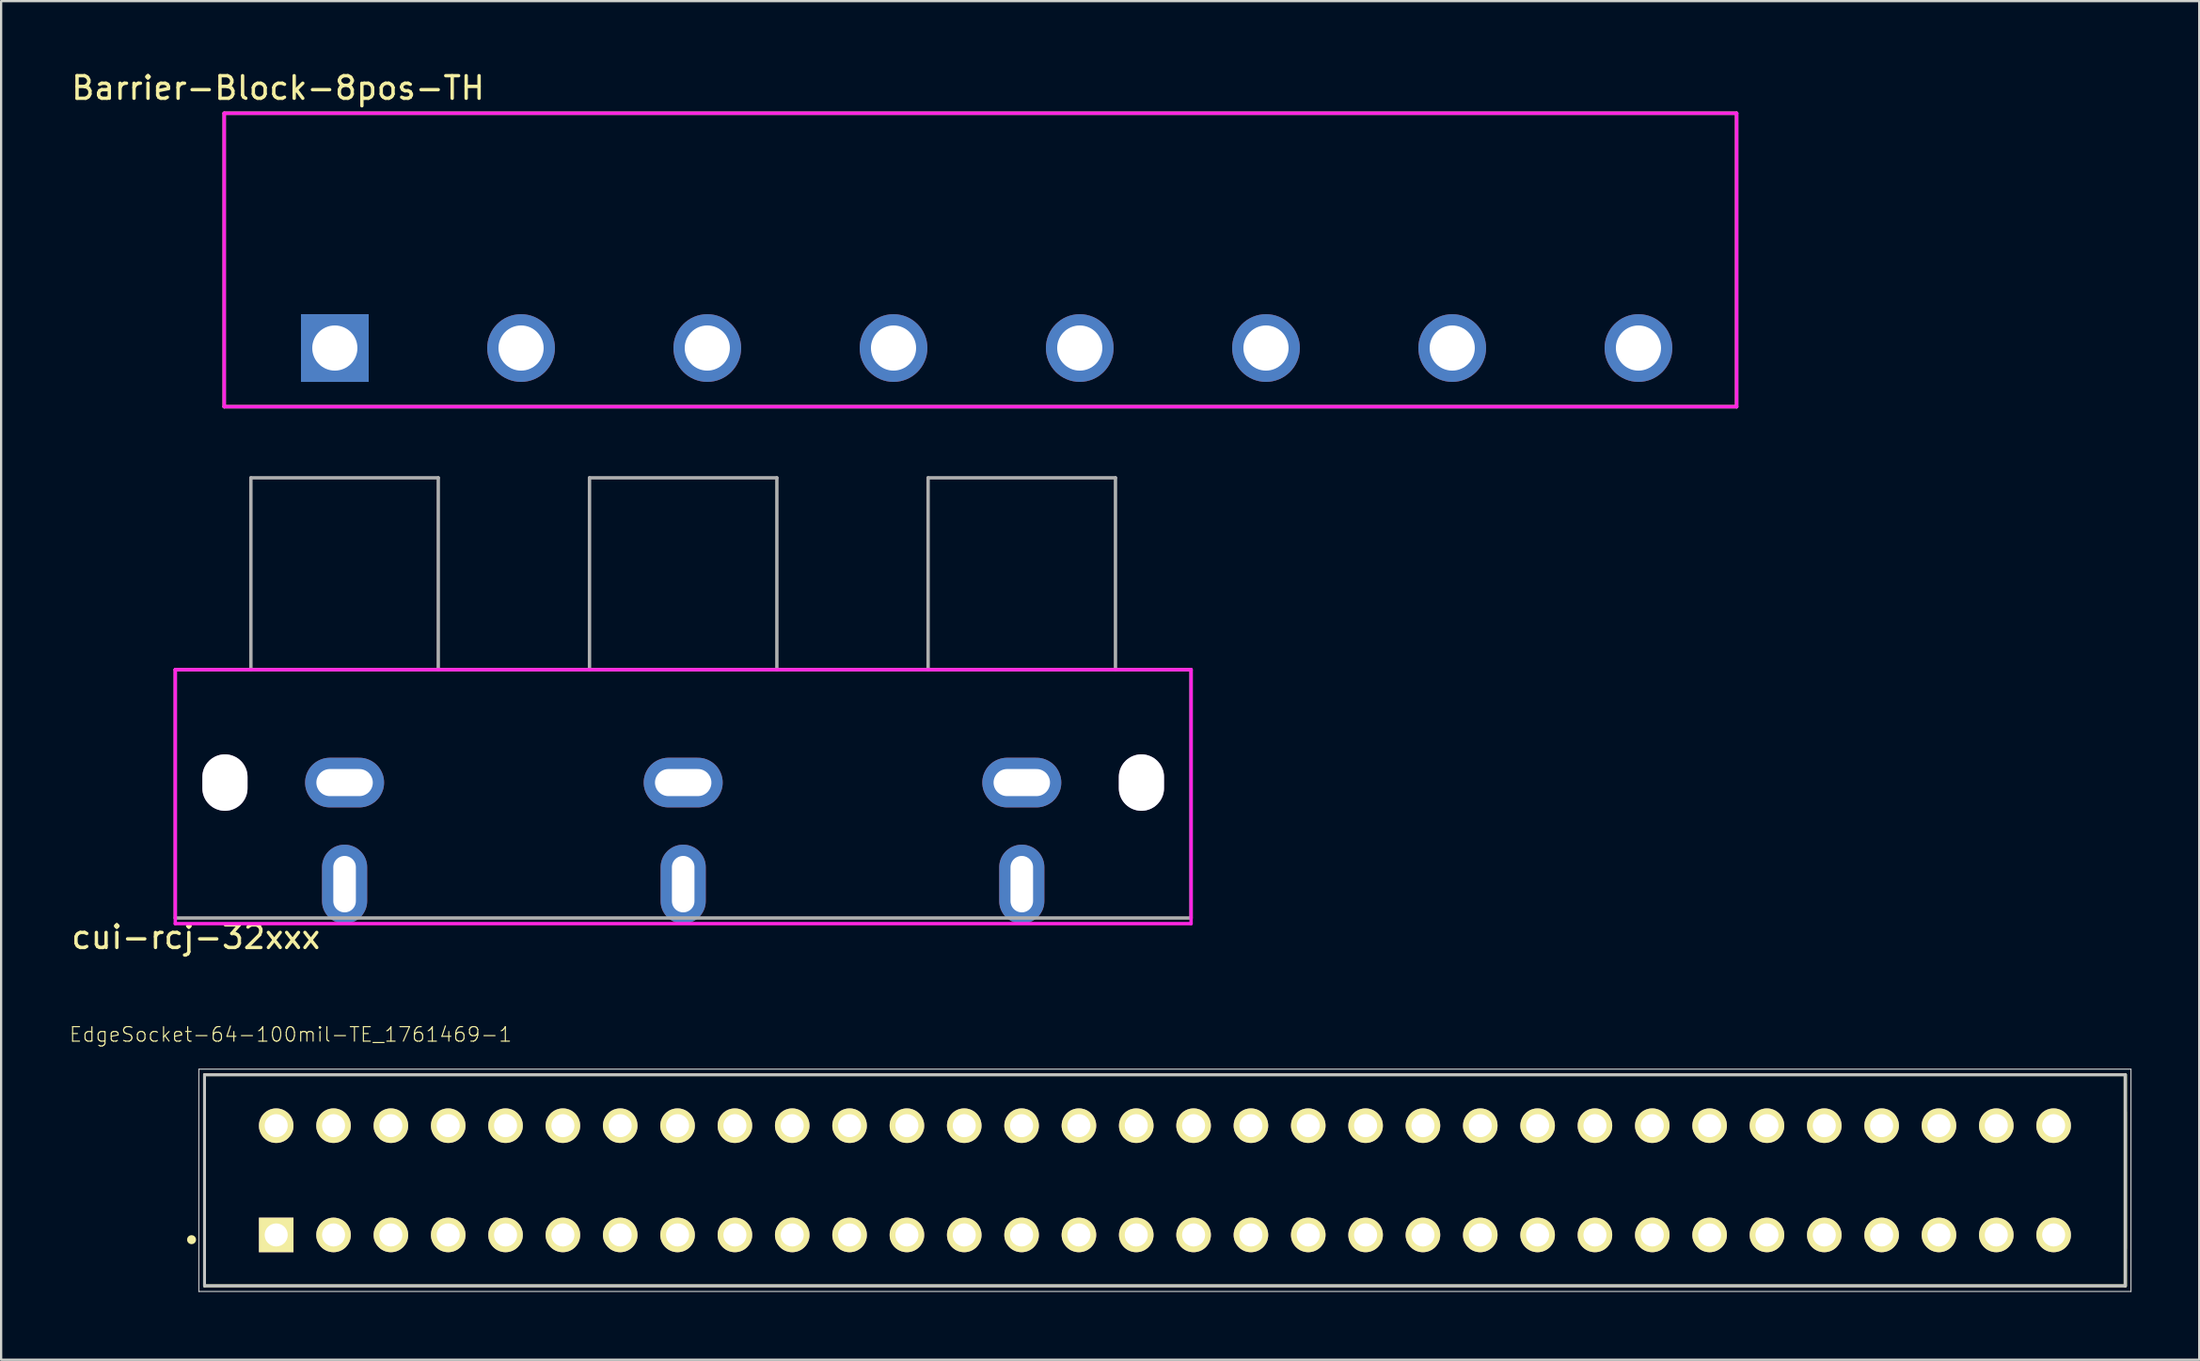
<source format=kicad_pcb>
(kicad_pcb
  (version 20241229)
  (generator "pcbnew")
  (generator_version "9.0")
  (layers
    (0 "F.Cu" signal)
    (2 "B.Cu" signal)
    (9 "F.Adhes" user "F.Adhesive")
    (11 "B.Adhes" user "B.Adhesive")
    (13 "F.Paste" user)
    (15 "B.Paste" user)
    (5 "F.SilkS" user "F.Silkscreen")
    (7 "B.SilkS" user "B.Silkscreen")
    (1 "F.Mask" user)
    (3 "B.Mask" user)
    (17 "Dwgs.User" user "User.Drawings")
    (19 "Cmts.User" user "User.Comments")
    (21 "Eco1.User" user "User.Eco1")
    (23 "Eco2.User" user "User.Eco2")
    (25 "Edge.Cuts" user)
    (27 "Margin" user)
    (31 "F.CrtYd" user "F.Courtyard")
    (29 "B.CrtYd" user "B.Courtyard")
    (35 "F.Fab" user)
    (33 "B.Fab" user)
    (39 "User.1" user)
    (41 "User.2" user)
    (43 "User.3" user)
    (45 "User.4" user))
  (footprint "Barrier-Block-8pos-TH"
    (layer "F.Cu")
    (at 40.383 8.468)
    (property "Reference" "Barrier-Block-8pos-TH" (at -31.115 -7.62 0) (layer "F.SilkS") (effects (font (size 1 1) (thickness 0.15))))
    (attr through_hole)
    (fp_line (start -33.5 -6.5) (end -33.5 6.5) (stroke (width 0.15) (type solid)) (layer "F.SilkS"))
    (fp_line (start -33.5 -6.5) (end 33.5 -6.5) (stroke (width 0.15) (type solid)) (layer "F.SilkS"))
    (fp_line (start -33.5 6.5) (end 33.5 6.5) (stroke (width 0.15) (type solid)) (layer "F.SilkS"))
    (fp_line (start 33.5 -6.5) (end 33.5 6.5) (stroke (width 0.15) (type solid)) (layer "F.SilkS"))
    (fp_line (start -33.5 -6.5) (end -33.5 6.5) (stroke (width 0.15) (type solid)) (layer "F.CrtYd"))
    (fp_line (start -33.5 -6.5) (end 33.5 -6.5) (stroke (width 0.15) (type solid)) (layer "F.CrtYd"))
    (fp_line (start -33.5 6.5) (end 33.5 6.5) (stroke (width 0.15) (type solid)) (layer "F.CrtYd"))
    (fp_line (start 33.5 -6.5) (end 33.5 6.5) (stroke (width 0.15) (type solid)) (layer "F.CrtYd"))
    (pad "1" thru_hole rect (at -28.6 3.9) (size 3 3) (drill 2) (layers "*.Cu" "*.Mask"))
    (pad "2" thru_hole circle (at -20.35 3.9) (size 3 3) (drill 2) (layers "*.Cu" "*.Mask"))
    (pad "3" thru_hole circle (at -12.1 3.9) (size 3 3) (drill 2) (layers "*.Cu" "*.Mask"))
    (pad "4" thru_hole circle (at -3.85 3.9) (size 3 3) (drill 2) (layers "*.Cu" "*.Mask"))
    (pad "5" thru_hole circle (at 4.4 3.9) (size 3 3) (drill 2) (layers "*.Cu" "*.Mask"))
    (pad "6" thru_hole circle (at 12.65 3.9) (size 3 3) (drill 2) (layers "*.Cu" "*.Mask"))
    (pad "7" thru_hole circle (at 20.9 3.9) (size 3 3) (drill 2) (layers "*.Cu" "*.Mask"))
    (pad "8" thru_hole circle (at 29.15 3.9) (size 3 3) (drill 2) (layers "*.Cu" "*.Mask")))
  (footprint "cui-rcj-32xxx"
    (layer "F.Cu")
    (at 27.215 32.118)
    (property "Reference" "cui-rcj-32xxx" (at -21.59 6.35 0) (layer "F.SilkS") (effects (font (size 1 1) (thickness 0.15))))
    (attr through_hole)
    (fp_line (start -22.5 -5.5) (end 22.5 -5.5) (stroke (width 0.15) (type solid)) (layer "F.CrtYd"))
    (fp_line (start -22.5 5.75) (end -22.5 -5.5) (stroke (width 0.15) (type solid)) (layer "F.CrtYd"))
    (fp_line (start -22.5 5.75) (end 22.5 5.75) (stroke (width 0.15) (type solid)) (layer "F.CrtYd"))
    (fp_line (start 22.5 -5.5) (end 22.5 5.75) (stroke (width 0.15) (type solid)) (layer "F.CrtYd"))
    (fp_line (start -22.5 -5.5) (end 22.5 -5.5) (stroke (width 0.15) (type solid)) (layer "F.Fab"))
    (fp_line (start -22.5 5.5) (end -22.5 -5.5) (stroke (width 0.15) (type solid)) (layer "F.Fab"))
    (fp_line (start -22.5 5.5) (end 22.5 5.5) (stroke (width 0.15) (type solid)) (layer "F.Fab"))
    (fp_line (start -19.15 -14) (end -19.15 -5.5) (stroke (width 0.15) (type solid)) (layer "F.Fab"))
    (fp_line (start -19.15 -14) (end -10.85 -14) (stroke (width 0.15) (type solid)) (layer "F.Fab"))
    (fp_line (start -10.85 -14) (end -10.85 -5.5) (stroke (width 0.15) (type solid)) (layer "F.Fab"))
    (fp_line (start -4.15 -14) (end -4.15 -5.5) (stroke (width 0.15) (type solid)) (layer "F.Fab"))
    (fp_line (start -4.15 -14) (end 4.15 -14) (stroke (width 0.15) (type solid)) (layer "F.Fab"))
    (fp_line (start 4.15 -14) (end 4.15 -5.5) (stroke (width 0.15) (type solid)) (layer "F.Fab"))
    (fp_line (start 10.85 -14) (end 10.85 -5.5) (stroke (width 0.15) (type solid)) (layer "F.Fab"))
    (fp_line (start 10.85 -14) (end 19.15 -14) (stroke (width 0.15) (type solid)) (layer "F.Fab"))
    (fp_line (start 19.15 -14) (end 19.15 -5.5) (stroke (width 0.15) (type solid)) (layer "F.Fab"))
    (fp_line (start 22.5 -5.5) (end 22.5 5.5) (stroke (width 0.15) (type solid)) (layer "F.Fab"))
    (pad "" thru_hole oval (at -20.3 -0.5) (size 2 2.5) (drill oval 2 2.5) (layers "*.Cu" "*.Mask"))
    (pad "" thru_hole oval (at 20.3 -0.5) (size 2 2.5) (drill oval 2 2.5) (layers "*.Cu" "*.Mask"))
    (pad "1" thru_hole oval (at 15 -0.5) (size 3.5 2.2) (drill oval 2.5 1.2) (layers "*.Cu" "*.Mask"))
    (pad "2" thru_hole oval (at 15 4) (size 2 3.5) (drill oval 1 2.5) (layers "*.Cu" "*.Mask"))
    (pad "3" thru_hole oval (at 0 -0.5) (size 3.5 2.2) (drill oval 2.5 1.2) (layers "*.Cu" "*.Mask"))
    (pad "4" thru_hole oval (at 0 4) (size 2 3.5) (drill oval 1 2.5) (layers "*.Cu" "*.Mask"))
    (pad "5" thru_hole oval (at -15 -0.5) (size 3.5 2.2) (drill oval 2.5 1.2) (layers "*.Cu" "*.Mask"))
    (pad "6" thru_hole oval (at -15 4) (size 2 3.5) (drill oval 1 2.5) (layers "*.Cu" "*.Mask")))
  (footprint "EdgeSocket-64-100mil-TE_1761469-1"
    (layer "F.Cu")
    (at 48.556 49.238)
    (property "Reference" "EdgeSocket-64-100mil-TE_1761469-1" (at -38.728 -6.459 0) (layer "F.SilkS") (effects (font (size 0.641 0.641) (thickness 0.05))))
    (attr through_hole)
    (fp_line (start -42.545 -4.675) (end -42.545 4.675) (stroke (width 0.127) (type solid)) (layer "F.SilkS"))
    (fp_line (start -42.545 -4.675) (end 42.545 -4.675) (stroke (width 0.127) (type solid)) (layer "F.SilkS"))
    (fp_line (start 42.545 -4.675) (end 42.545 4.675) (stroke (width 0.15) (type solid)) (layer "F.SilkS"))
    (fp_line (start 42.545 -3.025) (end 42.545 3.025) (stroke (width 0.127) (type solid)) (layer "F.SilkS"))
    (fp_line (start 42.545 4.675) (end -42.545 4.675) (stroke (width 0.127) (type solid)) (layer "F.SilkS"))
    (fp_circle (center -43.12 2.63) (end -43.02 2.63) (stroke (width 0.2) (type solid)) (fill no) (layer "F.SilkS"))
    (fp_line (start -42.795 -4.925) (end 42.795 -4.925) (stroke (width 0.05) (type solid)) (layer "Dwgs.User"))
    (fp_line (start -42.795 4.925) (end -42.795 -4.925) (stroke (width 0.05) (type solid)) (layer "Dwgs.User"))
    (fp_line (start -42.545 -4.675) (end -42.545 4.675) (stroke (width 0.127) (type solid)) (layer "Dwgs.User"))
    (fp_line (start -42.545 -4.675) (end 42.545 -4.675) (stroke (width 0.127) (type solid)) (layer "Dwgs.User"))
    (fp_line (start 42.545 -4.675) (end 42.545 4.675) (stroke (width 0.127) (type solid)) (layer "Dwgs.User"))
    (fp_line (start 42.545 4.675) (end -42.545 4.675) (stroke (width 0.127) (type solid)) (layer "Dwgs.User"))
    (fp_line (start 42.795 -4.925) (end 42.795 4.925) (stroke (width 0.05) (type solid)) (layer "Dwgs.User"))
    (fp_line (start 42.795 4.925) (end -42.795 4.925) (stroke (width 0.05) (type solid)) (layer "Dwgs.User"))
    (pad "1" thru_hole rect (at -39.37 2.42) (size 1.53 1.53) (drill 1.02) (layers "*.Cu" "*.Mask" "F.SilkS"))
    (pad "2" thru_hole circle (at -36.83 2.42) (size 1.53 1.53) (drill 1.02) (layers "*.Cu" "*.Mask" "F.SilkS"))
    (pad "3" thru_hole circle (at -34.29 2.42) (size 1.53 1.53) (drill 1.02) (layers "*.Cu" "*.Mask" "F.SilkS"))
    (pad "4" thru_hole circle (at -31.75 2.42) (size 1.53 1.53) (drill 1.02) (layers "*.Cu" "*.Mask" "F.SilkS"))
    (pad "5" thru_hole circle (at -29.21 2.42) (size 1.53 1.53) (drill 1.02) (layers "*.Cu" "*.Mask" "F.SilkS"))
    (pad "6" thru_hole circle (at -26.67 2.42) (size 1.53 1.53) (drill 1.02) (layers "*.Cu" "*.Mask" "F.SilkS"))
    (pad "7" thru_hole circle (at -24.13 2.42) (size 1.53 1.53) (drill 1.02) (layers "*.Cu" "*.Mask" "F.SilkS"))
    (pad "8" thru_hole circle (at -21.59 2.42) (size 1.53 1.53) (drill 1.02) (layers "*.Cu" "*.Mask" "F.SilkS"))
    (pad "9" thru_hole circle (at -19.05 2.42) (size 1.53 1.53) (drill 1.02) (layers "*.Cu" "*.Mask" "F.SilkS"))
    (pad "10" thru_hole circle (at -16.51 2.42) (size 1.53 1.53) (drill 1.02) (layers "*.Cu" "*.Mask" "F.SilkS"))
    (pad "11" thru_hole circle (at -13.97 2.42) (size 1.53 1.53) (drill 1.02) (layers "*.Cu" "*.Mask" "F.SilkS"))
    (pad "12" thru_hole circle (at -11.43 2.42) (size 1.53 1.53) (drill 1.02) (layers "*.Cu" "*.Mask" "F.SilkS"))
    (pad "13" thru_hole circle (at -8.89 2.42) (size 1.53 1.53) (drill 1.02) (layers "*.Cu" "*.Mask" "F.SilkS"))
    (pad "14" thru_hole circle (at -6.35 2.42) (size 1.53 1.53) (drill 1.02) (layers "*.Cu" "*.Mask" "F.SilkS"))
    (pad "15" thru_hole circle (at -3.81 2.42) (size 1.53 1.53) (drill 1.02) (layers "*.Cu" "*.Mask" "F.SilkS"))
    (pad "16" thru_hole circle (at -1.27 2.42) (size 1.53 1.53) (drill 1.02) (layers "*.Cu" "*.Mask" "F.SilkS"))
    (pad "17" thru_hole circle (at 1.27 2.42) (size 1.53 1.53) (drill 1.02) (layers "*.Cu" "*.Mask" "F.SilkS"))
    (pad "18" thru_hole circle (at 3.81 2.42) (size 1.53 1.53) (drill 1.02) (layers "*.Cu" "*.Mask" "F.SilkS"))
    (pad "19" thru_hole circle (at 6.35 2.42) (size 1.53 1.53) (drill 1.02) (layers "*.Cu" "*.Mask" "F.SilkS"))
    (pad "20" thru_hole circle (at 8.89 2.42) (size 1.53 1.53) (drill 1.02) (layers "*.Cu" "*.Mask" "F.SilkS"))
    (pad "21" thru_hole circle (at 11.43 2.42) (size 1.53 1.53) (drill 1.02) (layers "*.Cu" "*.Mask" "F.SilkS"))
    (pad "22" thru_hole circle (at 13.97 2.42) (size 1.53 1.53) (drill 1.02) (layers "*.Cu" "*.Mask" "F.SilkS"))
    (pad "23" thru_hole circle (at 16.51 2.42) (size 1.53 1.53) (drill 1.02) (layers "*.Cu" "*.Mask" "F.SilkS"))
    (pad "24" thru_hole circle (at 19.05 2.42) (size 1.53 1.53) (drill 1.02) (layers "*.Cu" "*.Mask" "F.SilkS"))
    (pad "25" thru_hole circle (at 21.59 2.42) (size 1.53 1.53) (drill 1.02) (layers "*.Cu" "*.Mask" "F.SilkS"))
    (pad "26" thru_hole circle (at 24.13 2.42) (size 1.53 1.53) (drill 1.02) (layers "*.Cu" "*.Mask" "F.SilkS"))
    (pad "27" thru_hole circle (at 26.67 2.42) (size 1.53 1.53) (drill 1.02) (layers "*.Cu" "*.Mask" "F.SilkS"))
    (pad "28" thru_hole circle (at 29.21 2.42) (size 1.53 1.53) (drill 1.02) (layers "*.Cu" "*.Mask" "F.SilkS"))
    (pad "29" thru_hole circle (at 31.75 2.42) (size 1.53 1.53) (drill 1.02) (layers "*.Cu" "*.Mask" "F.SilkS"))
    (pad "30" thru_hole circle (at 34.29 2.42) (size 1.53 1.53) (drill 1.02) (layers "*.Cu" "*.Mask" "F.SilkS"))
    (pad "31" thru_hole circle (at 36.83 2.42) (size 1.53 1.53) (drill 1.02) (layers "*.Cu" "*.Mask" "F.SilkS"))
    (pad "32" thru_hole circle (at 39.37 2.42) (size 1.53 1.53) (drill 1.02) (layers "*.Cu" "*.Mask" "F.SilkS"))
    (pad "33" thru_hole circle (at 39.37 -2.42 180) (size 1.53 1.53) (drill 1.02) (layers "*.Cu" "*.Mask" "F.SilkS"))
    (pad "34" thru_hole circle (at 36.83 -2.42 180) (size 1.53 1.53) (drill 1.02) (layers "*.Cu" "*.Mask" "F.SilkS"))
    (pad "35" thru_hole circle (at 34.29 -2.42 180) (size 1.53 1.53) (drill 1.02) (layers "*.Cu" "*.Mask" "F.SilkS"))
    (pad "36" thru_hole circle (at 31.75 -2.42 180) (size 1.53 1.53) (drill 1.02) (layers "*.Cu" "*.Mask" "F.SilkS"))
    (pad "37" thru_hole circle (at 29.21 -2.42 180) (size 1.53 1.53) (drill 1.02) (layers "*.Cu" "*.Mask" "F.SilkS"))
    (pad "38" thru_hole circle (at 26.67 -2.42 180) (size 1.53 1.53) (drill 1.02) (layers "*.Cu" "*.Mask" "F.SilkS"))
    (pad "39" thru_hole circle (at 24.13 -2.42 180) (size 1.53 1.53) (drill 1.02) (layers "*.Cu" "*.Mask" "F.SilkS"))
    (pad "40" thru_hole circle (at 21.59 -2.42 180) (size 1.53 1.53) (drill 1.02) (layers "*.Cu" "*.Mask" "F.SilkS"))
    (pad "41" thru_hole circle (at 19.05 -2.42 180) (size 1.53 1.53) (drill 1.02) (layers "*.Cu" "*.Mask" "F.SilkS"))
    (pad "42" thru_hole circle (at 16.51 -2.42 180) (size 1.53 1.53) (drill 1.02) (layers "*.Cu" "*.Mask" "F.SilkS"))
    (pad "43" thru_hole circle (at 13.97 -2.42 180) (size 1.53 1.53) (drill 1.02) (layers "*.Cu" "*.Mask" "F.SilkS"))
    (pad "44" thru_hole circle (at 11.43 -2.42 180) (size 1.53 1.53) (drill 1.02) (layers "*.Cu" "*.Mask" "F.SilkS"))
    (pad "45" thru_hole circle (at 8.89 -2.42 180) (size 1.53 1.53) (drill 1.02) (layers "*.Cu" "*.Mask" "F.SilkS"))
    (pad "46" thru_hole circle (at 6.35 -2.42 180) (size 1.53 1.53) (drill 1.02) (layers "*.Cu" "*.Mask" "F.SilkS"))
    (pad "47" thru_hole circle (at 3.81 -2.42 180) (size 1.53 1.53) (drill 1.02) (layers "*.Cu" "*.Mask" "F.SilkS"))
    (pad "48" thru_hole circle (at 1.27 -2.42 180) (size 1.53 1.53) (drill 1.02) (layers "*.Cu" "*.Mask" "F.SilkS"))
    (pad "49" thru_hole circle (at -1.27 -2.42 180) (size 1.53 1.53) (drill 1.02) (layers "*.Cu" "*.Mask" "F.SilkS"))
    (pad "50" thru_hole circle (at -3.81 -2.42 180) (size 1.53 1.53) (drill 1.02) (layers "*.Cu" "*.Mask" "F.SilkS"))
    (pad "51" thru_hole circle (at -6.35 -2.42 180) (size 1.53 1.53) (drill 1.02) (layers "*.Cu" "*.Mask" "F.SilkS"))
    (pad "52" thru_hole circle (at -8.89 -2.42 180) (size 1.53 1.53) (drill 1.02) (layers "*.Cu" "*.Mask" "F.SilkS"))
    (pad "53" thru_hole circle (at -11.43 -2.42 180) (size 1.53 1.53) (drill 1.02) (layers "*.Cu" "*.Mask" "F.SilkS"))
    (pad "54" thru_hole circle (at -13.97 -2.42 180) (size 1.53 1.53) (drill 1.02) (layers "*.Cu" "*.Mask" "F.SilkS"))
    (pad "55" thru_hole circle (at -16.51 -2.42 180) (size 1.53 1.53) (drill 1.02) (layers "*.Cu" "*.Mask" "F.SilkS"))
    (pad "56" thru_hole circle (at -19.05 -2.42 180) (size 1.53 1.53) (drill 1.02) (layers "*.Cu" "*.Mask" "F.SilkS"))
    (pad "57" thru_hole circle (at -21.59 -2.42 180) (size 1.53 1.53) (drill 1.02) (layers "*.Cu" "*.Mask" "F.SilkS"))
    (pad "58" thru_hole circle (at -24.13 -2.42 180) (size 1.53 1.53) (drill 1.02) (layers "*.Cu" "*.Mask" "F.SilkS"))
    (pad "59" thru_hole circle (at -26.67 -2.42 180) (size 1.53 1.53) (drill 1.02) (layers "*.Cu" "*.Mask" "F.SilkS"))
    (pad "60" thru_hole circle (at -29.21 -2.42 180) (size 1.53 1.53) (drill 1.02) (layers "*.Cu" "*.Mask" "F.SilkS"))
    (pad "61" thru_hole circle (at -31.75 -2.42 180) (size 1.53 1.53) (drill 1.02) (layers "*.Cu" "*.Mask" "F.SilkS"))
    (pad "62" thru_hole circle (at -34.29 -2.42 180) (size 1.53 1.53) (drill 1.02) (layers "*.Cu" "*.Mask" "F.SilkS"))
    (pad "63" thru_hole circle (at -36.83 -2.42 180) (size 1.53 1.53) (drill 1.02) (layers "*.Cu" "*.Mask" "F.SilkS"))
    (pad "64" thru_hole circle (at -39.37 -2.42 180) (size 1.53 1.53) (drill 1.02) (layers "*.Cu" "*.Mask" "F.SilkS")))
  (gr_rect
    (start -3 -3)
    (end 94.376 57.188)
    (stroke (width 0.1) (type default))
    (fill no)
    (layer "Edge.Cuts")))
</source>
